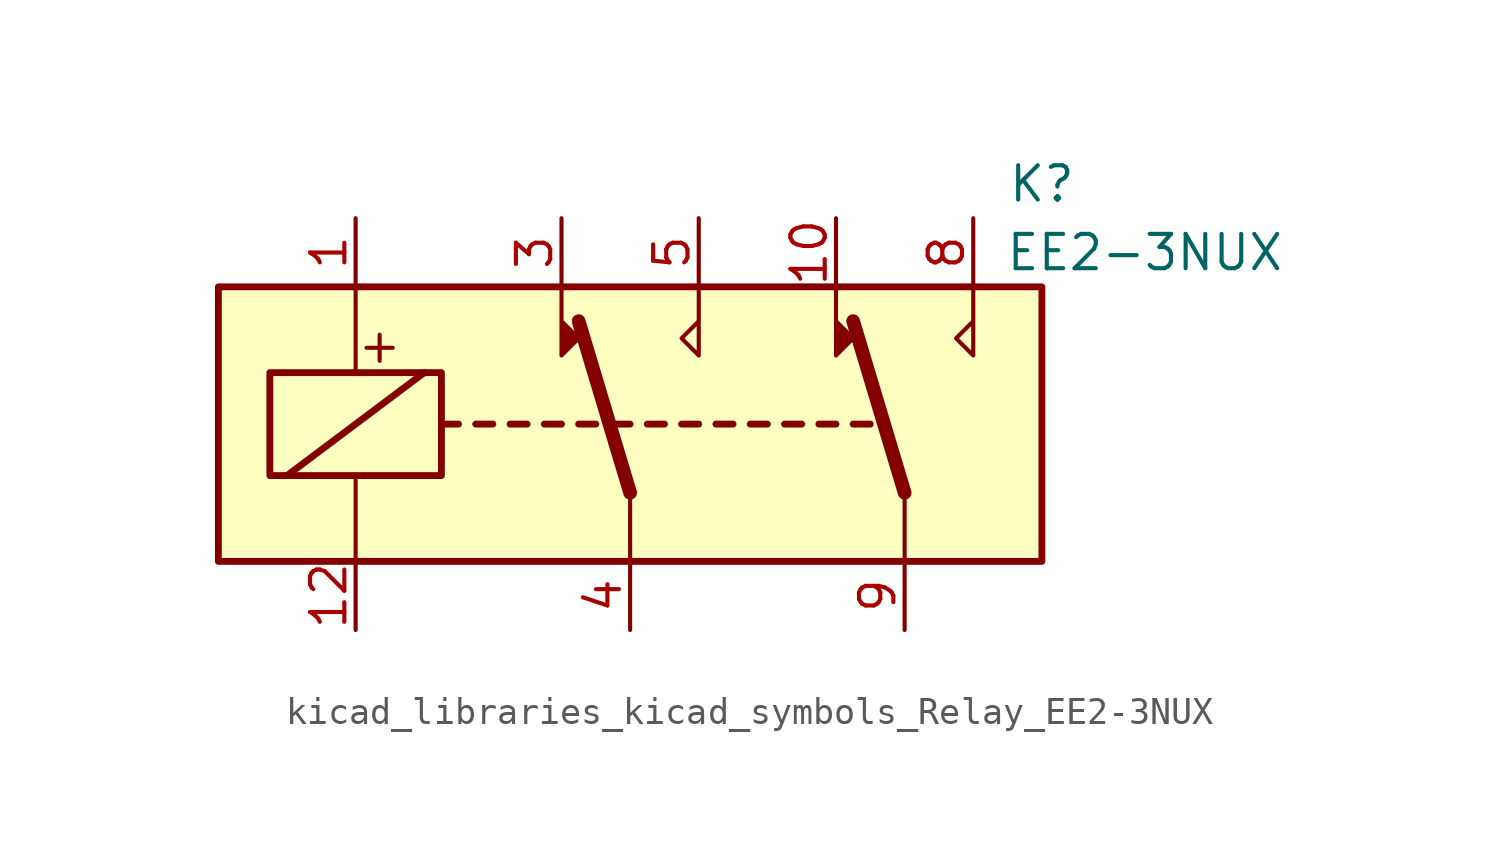
<source format=kicad_sym>
(kicad_symbol_lib
  (version 20220914)
  (generator kicad_symbol_editor)
  (symbol "kicad_libraries_kicad_symbols_Relay_EE2-3NUX"
    (property "Reference" "K"
      (at 15.24 8.89 0)
      (effects (font (size 1.27 1.27))))
    (property "Value" "EE2-3NUX"
      (at 19.05 6.35 0)
      (effects (font (size 1.27 1.27))))
    (symbol "kicad_libraries_kicad_symbols_Relay_EE2-3NUX_1_1"
      (rectangle (start -15.24 5.08) (end 15.24 -5.08) (stroke (width 0.254) (type default)) (fill (type background)))
      (rectangle (start -13.335 1.905) (end -6.985 -1.905) (stroke (width 0.254) (type default)) (fill (type none)))
      (polyline (pts (xy -12.7 -1.905) (xy -7.62 1.905)) (stroke (width 0.254) (type default)) (fill (type none)))
      (polyline (pts (xy -10.16 -5.08) (xy -10.16 -1.905)) (stroke (width 0) (type default)) (fill (type none)))
      (polyline (pts (xy -10.16 5.08) (xy -10.16 1.905)) (stroke (width 0) (type default)) (fill (type none)))
      (polyline (pts (xy -6.985 0) (xy -6.35 0)) (stroke (width 0.254) (type default)) (fill (type none)))
      (polyline (pts (xy -5.715 0) (xy -5.08 0)) (stroke (width 0.254) (type default)) (fill (type none)))
      (polyline (pts (xy -4.445 0) (xy -3.81 0)) (stroke (width 0.254) (type default)) (fill (type none)))
      (polyline (pts (xy -3.175 0) (xy -2.54 0)) (stroke (width 0.254) (type default)) (fill (type none)))
      (polyline (pts (xy -1.905 0) (xy -1.27 0)) (stroke (width 0.254) (type default)) (fill (type none)))
      (polyline (pts (xy -0.635 0) (xy 0 0)) (stroke (width 0.254) (type default)) (fill (type none)))
      (polyline (pts (xy 0 -2.54) (xy -1.905 3.81)) (stroke (width 0.508) (type default)) (fill (type none)))
      (polyline (pts (xy 0 -2.54) (xy 0 -5.08)) (stroke (width 0) (type default)) (fill (type none)))
      (polyline (pts (xy 0.635 0) (xy 1.27 0)) (stroke (width 0.254) (type default)) (fill (type none)))
      (polyline (pts (xy 1.905 0) (xy 2.54 0)) (stroke (width 0.254) (type default)) (fill (type none)))
      (polyline (pts (xy 3.175 0) (xy 3.81 0)) (stroke (width 0.254) (type default)) (fill (type none)))
      (polyline (pts (xy 4.445 0) (xy 5.08 0)) (stroke (width 0.254) (type default)) (fill (type none)))
      (polyline (pts (xy 5.715 0) (xy 6.35 0)) (stroke (width 0.254) (type default)) (fill (type none)))
      (polyline (pts (xy 6.985 0) (xy 7.62 0)) (stroke (width 0.254) (type default)) (fill (type none)))
      (polyline (pts (xy 8.255 0) (xy 8.89 0)) (stroke (width 0.254) (type default)) (fill (type none)))
      (polyline (pts (xy 10.16 -2.54) (xy 8.255 3.81)) (stroke (width 0.508) (type default)) (fill (type none)))
      (polyline (pts (xy 10.16 -2.54) (xy 10.16 -5.08)) (stroke (width 0) (type default)) (fill (type none)))
      (polyline (pts (xy -2.54 5.08) (xy -2.54 2.54) (xy -1.905 3.175) (xy -2.54 3.81)) (stroke (width 0) (type default)) (fill (type outline)))
      (polyline (pts (xy 2.54 5.08) (xy 2.54 2.54) (xy 1.905 3.175) (xy 2.54 3.81)) (stroke (width 0) (type default)) (fill (type none)))
      (polyline (pts (xy 7.62 5.08) (xy 7.62 2.54) (xy 8.255 3.175) (xy 7.62 3.81)) (stroke (width 0) (type default)) (fill (type outline)))
      (polyline (pts (xy 12.7 5.08) (xy 12.7 2.54) (xy 12.065 3.175) (xy 12.7 3.81)) (stroke (width 0) (type default)) (fill (type none)))
      (text "+" (at -9.271 2.921 0) (effects (font (size 1.27 1.27))))
      (pin passive line (at -10.16 7.62 270) (length 2.54) (name "~" (effects (font (size 1.27 1.27)))) (number "1" (effects (font (size 1.27 1.27)))))
      (pin passive line (at 7.62 7.62 270) (length 2.54) (name "~" (effects (font (size 1.27 1.27)))) (number "10" (effects (font (size 1.27 1.27)))))
      (pin passive line (at -10.16 -7.62 90) (length 2.54) (name "~" (effects (font (size 1.27 1.27)))) (number "12" (effects (font (size 1.27 1.27)))))
      (pin passive line (at -2.54 7.62 270) (length 2.54) (name "~" (effects (font (size 1.27 1.27)))) (number "3" (effects (font (size 1.27 1.27)))))
      (pin passive line (at 0 -7.62 90) (length 2.54) (name "~" (effects (font (size 1.27 1.27)))) (number "4" (effects (font (size 1.27 1.27)))))
      (pin passive line (at 2.54 7.62 270) (length 2.54) (name "~" (effects (font (size 1.27 1.27)))) (number "5" (effects (font (size 1.27 1.27)))))
      (pin passive line (at 12.7 7.62 270) (length 2.54) (name "~" (effects (font (size 1.27 1.27)))) (number "8" (effects (font (size 1.27 1.27)))))
      (pin passive line (at 10.16 -7.62 90) (length 2.54) (name "~" (effects (font (size 1.27 1.27)))) (number "9" (effects (font (size 1.27 1.27))))))))
</source>
